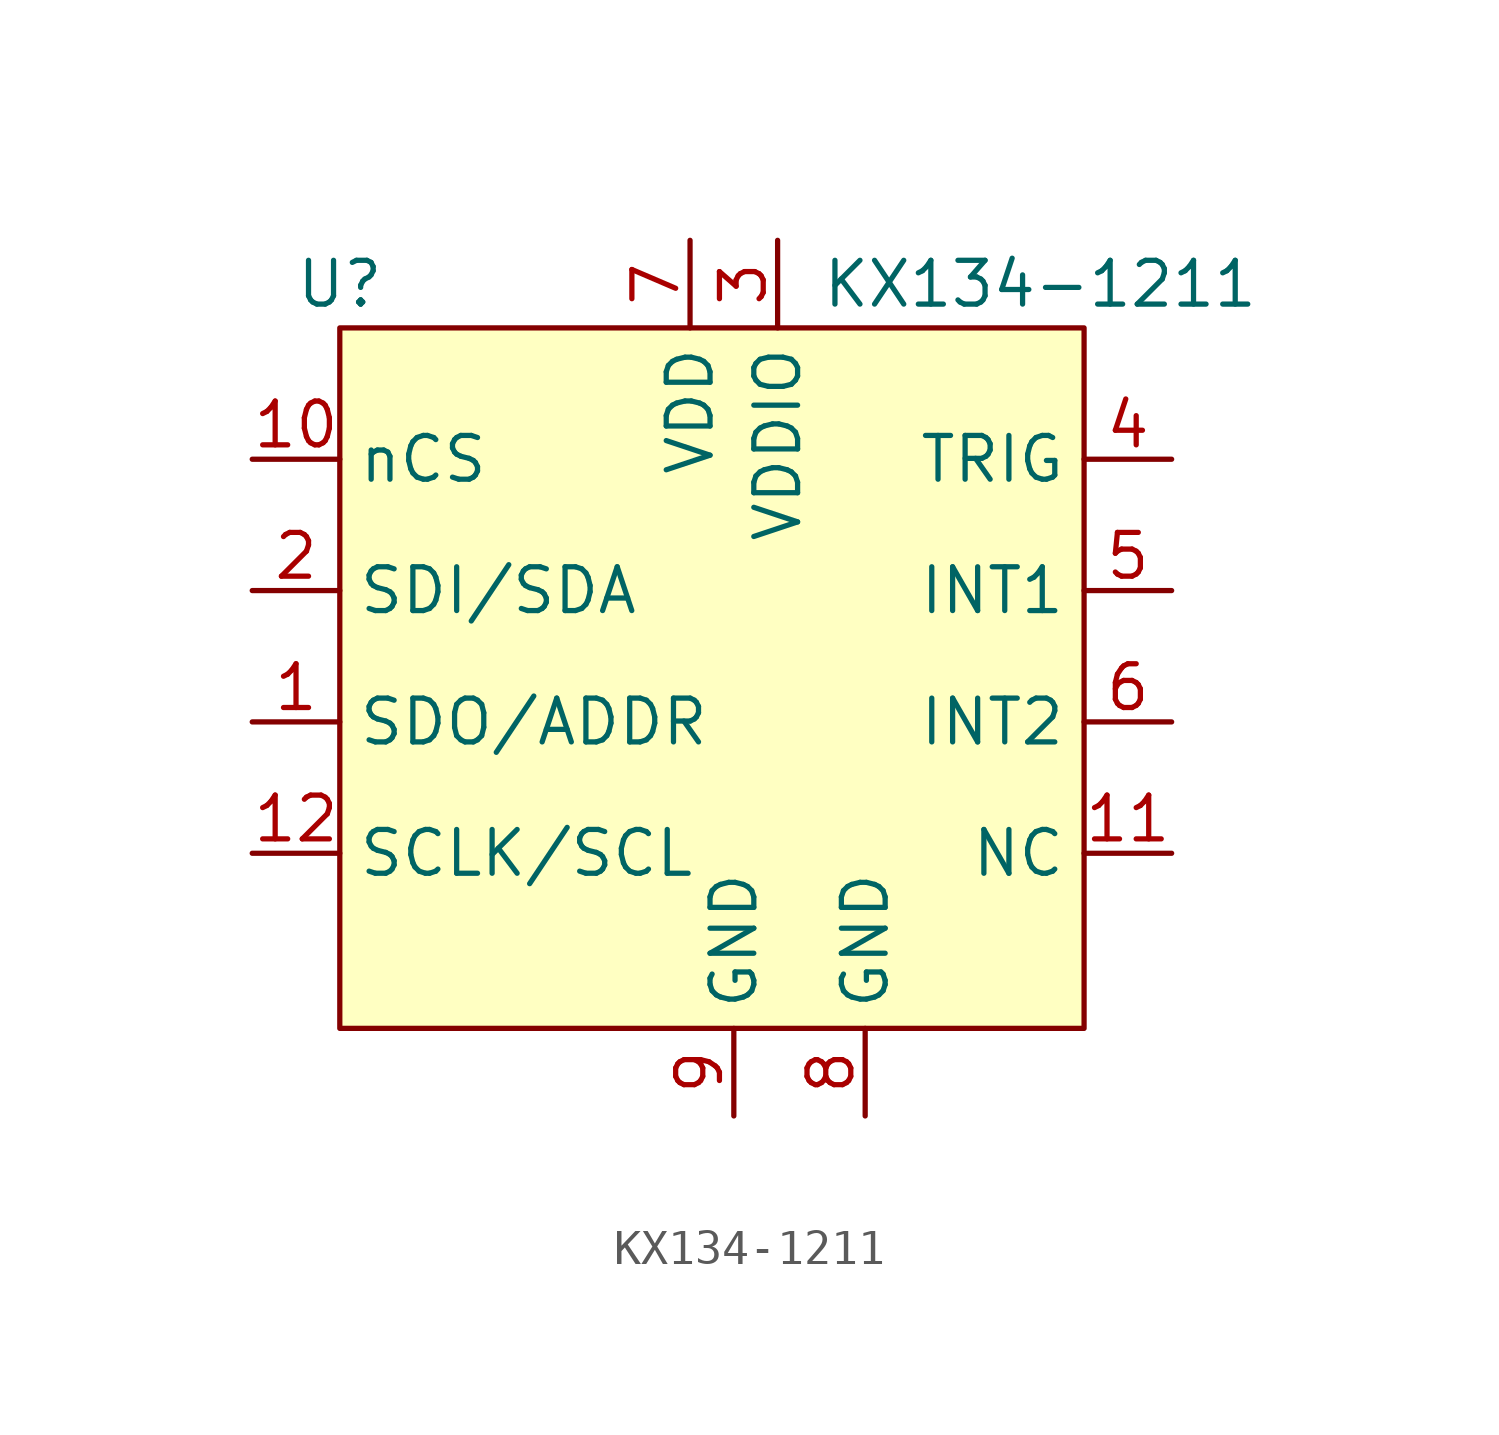
<source format=kicad_sym>
(kicad_symbol_lib
  (version 20211014)
  (generator kicad_symbol_editor)
  (symbol "KX134-1211"
    (property "Reference" "U"
      (at -11.43 11.43 0)
      (effects (font (size 1.27 1.27))))
    (property "Value" "KX134-1211"
      (at 8.89 11.43 0)
      (effects (font (size 1.27 1.27))))
    (symbol "KX134-1211_0_0"
      (text "" (at -12.7 2.54 0) (effects (font (size 1.27 1.27)))))
    (symbol "KX134-1211_0_1"
      (rectangle (start -11.43 10.16) (end 10.16 -10.16) (stroke (width 0) (type default) (color 0 0 0 0)) (fill (type background))))
    (symbol "KX134-1211_1_1"
      (pin bidirectional line (at -13.97 -1.27 0) (length 2.54) (name "SDO/ADDR" (effects (font (size 1.27 1.27)))) (number "1" (effects (font (size 1.27 1.27)))))
      (pin input line (at -13.97 6.35 0) (length 2.54) (name "nCS" (effects (font (size 1.27 1.27)))) (number "10" (effects (font (size 1.27 1.27)))))
      (pin unspecified line (at 12.7 -5.08 180) (length 2.54) (name "NC" (effects (font (size 1.27 1.27)))) (number "11" (effects (font (size 1.27 1.27)))))
      (pin input line (at -13.97 -5.08 0) (length 2.54) (name "SCLK/SCL" (effects (font (size 1.27 1.27)))) (number "12" (effects (font (size 1.27 1.27)))))
      (pin bidirectional line (at -13.97 2.54 0) (length 2.54) (name "SDI/SDA" (effects (font (size 1.27 1.27)))) (number "2" (effects (font (size 1.27 1.27)))))
      (pin power_in line (at 1.27 12.7 270) (length 2.54) (name "VDDIO" (effects (font (size 1.27 1.27)))) (number "3" (effects (font (size 1.27 1.27)))))
      (pin input line (at 12.7 6.35 180) (length 2.54) (name "TRIG" (effects (font (size 1.27 1.27)))) (number "4" (effects (font (size 1.27 1.27)))))
      (pin output line (at 12.7 2.54 180) (length 2.54) (name "INT1" (effects (font (size 1.27 1.27)))) (number "5" (effects (font (size 1.27 1.27)))))
      (pin output line (at 12.7 -1.27 180) (length 2.54) (name "INT2" (effects (font (size 1.27 1.27)))) (number "6" (effects (font (size 1.27 1.27)))))
      (pin power_in line (at -1.27 12.7 270) (length 2.54) (name "VDD" (effects (font (size 1.27 1.27)))) (number "7" (effects (font (size 1.27 1.27)))))
      (pin power_in line (at 3.81 -12.7 90) (length 2.54) (name "GND" (effects (font (size 1.27 1.27)))) (number "8" (effects (font (size 1.27 1.27)))))
      (pin power_in line (at 0 -12.7 90) (length 2.54) (name "GND" (effects (font (size 1.27 1.27)))) (number "9" (effects (font (size 1.27 1.27))))))))
</source>
